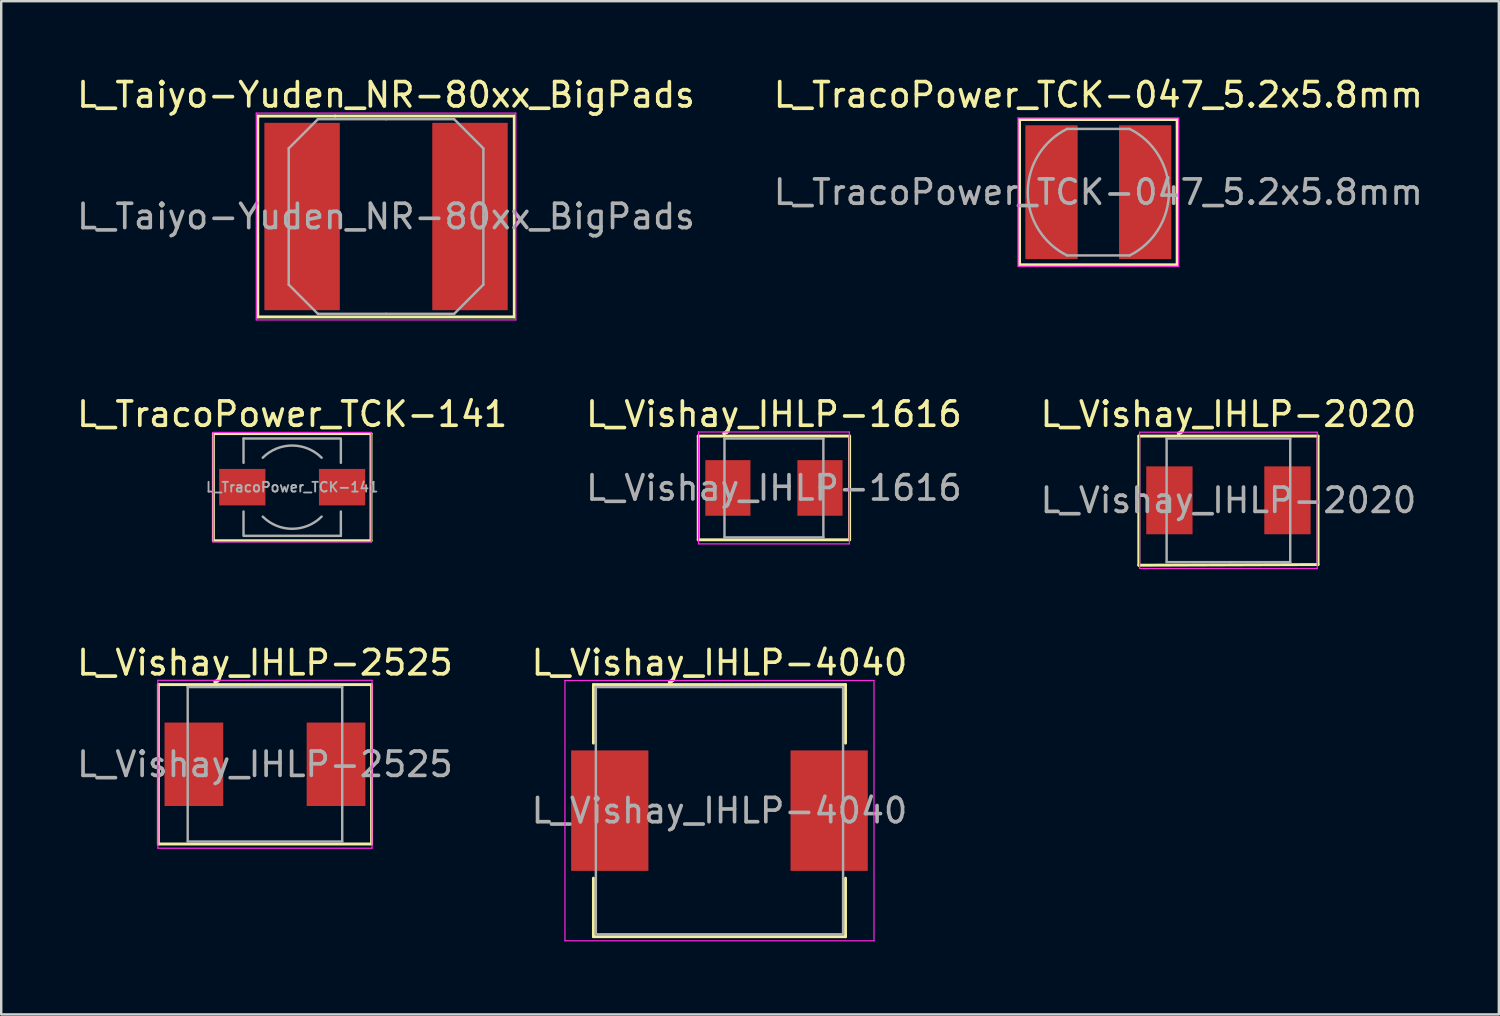
<source format=kicad_pcb>
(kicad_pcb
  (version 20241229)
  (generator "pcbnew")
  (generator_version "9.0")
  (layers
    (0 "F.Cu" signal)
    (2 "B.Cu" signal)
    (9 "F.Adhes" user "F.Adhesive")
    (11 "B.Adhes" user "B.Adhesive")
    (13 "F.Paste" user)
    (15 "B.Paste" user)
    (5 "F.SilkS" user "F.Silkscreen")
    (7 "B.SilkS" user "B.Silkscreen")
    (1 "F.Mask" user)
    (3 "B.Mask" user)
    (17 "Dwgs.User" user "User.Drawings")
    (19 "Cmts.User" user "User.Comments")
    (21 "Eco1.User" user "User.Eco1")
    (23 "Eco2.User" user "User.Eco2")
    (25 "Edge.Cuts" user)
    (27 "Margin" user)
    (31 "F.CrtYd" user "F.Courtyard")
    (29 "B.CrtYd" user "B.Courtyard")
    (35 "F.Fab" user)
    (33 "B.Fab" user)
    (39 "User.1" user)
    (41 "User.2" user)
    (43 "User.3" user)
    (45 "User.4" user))
  (footprint "L_Vishay_IHLP-2020"
    (layer "F.Cu")
    (at 47.435 17.512)
    (property "Reference" "L_Vishay_IHLP-2020" (at 0 -3.54 0) (layer "F.SilkS") (effects (font (size 1 1) (thickness 0.15))))
    (attr smd)
    (fp_line (start -3.683 -2.64) (end -3.683 2.667) (stroke (width 0.12) (type solid)) (layer "F.SilkS"))
    (fp_line (start -3.683 -2.64) (end 3.683 -2.64) (stroke (width 0.12) (type solid)) (layer "F.SilkS"))
    (fp_line (start -3.683 2.667) (end 3.683 2.64) (stroke (width 0.12) (type solid)) (layer "F.SilkS"))
    (fp_line (start 3.683 -2.64) (end 3.683 2.64) (stroke (width 0.12) (type solid)) (layer "F.SilkS"))
    (fp_line (start -3.65 -2.8) (end -3.65 2.8) (stroke (width 0.05) (type solid)) (layer "F.CrtYd"))
    (fp_line (start -3.65 2.8) (end 3.65 2.8) (stroke (width 0.05) (type solid)) (layer "F.CrtYd"))
    (fp_line (start 3.65 -2.8) (end -3.65 -2.8) (stroke (width 0.05) (type solid)) (layer "F.CrtYd"))
    (fp_line (start 3.65 2.8) (end 3.65 -2.8) (stroke (width 0.05) (type solid)) (layer "F.CrtYd"))
    (fp_line (start -2.54 -2.54) (end -2.54 2.54) (stroke (width 0.1) (type solid)) (layer "F.Fab"))
    (fp_line (start -2.54 2.54) (end 2.54 2.54) (stroke (width 0.1) (type solid)) (layer "F.Fab"))
    (fp_line (start 2.54 -2.54) (end -2.54 -2.54) (stroke (width 0.1) (type solid)) (layer "F.Fab"))
    (fp_line (start 2.54 2.54) (end 2.54 -2.54) (stroke (width 0.1) (type solid)) (layer "F.Fab"))
    (fp_text user "${REFERENCE}" (at 0 0 0) (layer "F.Fab") (effects (font (size 1 1) (thickness 0.15))))
    (pad "1" smd rect (at -2.426 0) (size 1.903 2.79) (layers "F.Cu" "F.Mask" "F.Paste"))
    (pad "2" smd rect (at 2.426 0) (size 1.903 2.79) (layers "F.Cu" "F.Mask" "F.Paste")))
  (footprint "L_TracoPower_TCK-141"
    (layer "F.Cu")
    (at 8.958 16.971)
    (property "Reference" "L_TracoPower_TCK-141" (at 0 -3 0) (layer "F.SilkS") (effects (font (size 1 1) (thickness 0.15))))
    (attr smd)
    (fp_line (start -3.239 -2.2) (end -3.239 2.2) (stroke (width 0.12) (type solid)) (layer "F.SilkS"))
    (fp_line (start -3.239 -2.2) (end 3.239 -2.2) (stroke (width 0.12) (type solid)) (layer "F.SilkS"))
    (fp_line (start 3.239 -2.2) (end 3.239 2.2) (stroke (width 0.12) (type solid)) (layer "F.SilkS"))
    (fp_line (start 3.239 2.2) (end -3.239 2.2) (stroke (width 0.12) (type solid)) (layer "F.SilkS"))
    (fp_line (start -3.25 -2.25) (end -3.25 2.25) (stroke (width 0.05) (type solid)) (layer "F.CrtYd"))
    (fp_line (start -3.25 -2.25) (end 3.25 -2.25) (stroke (width 0.05) (type solid)) (layer "F.CrtYd"))
    (fp_line (start -3.25 2.25) (end 3.25 2.25) (stroke (width 0.05) (type solid)) (layer "F.CrtYd"))
    (fp_line (start 3.25 2.25) (end 3.25 -2.25) (stroke (width 0.05) (type solid)) (layer "F.CrtYd"))
    (fp_line (start -2 -2) (end -2 -1) (stroke (width 0.1) (type solid)) (layer "F.Fab"))
    (fp_line (start -2 -2) (end 2 -2) (stroke (width 0.1) (type solid)) (layer "F.Fab"))
    (fp_line (start -2 1.95) (end -2 1) (stroke (width 0.1) (type solid)) (layer "F.Fab"))
    (fp_line (start -2 2) (end 2 2) (stroke (width 0.1) (type solid)) (layer "F.Fab"))
    (fp_line (start 2 -1.95) (end 2 -1) (stroke (width 0.1) (type solid)) (layer "F.Fab"))
    (fp_line (start 2 2) (end 2 1) (stroke (width 0.1) (type solid)) (layer "F.Fab"))
    (fp_arc (start -1.21 -1.21) (mid 0 -1.711198) (end 1.21 -1.21) (stroke (width 0.1) (type solid)) (layer "F.Fab"))
    (fp_arc (start 1.21 1.21) (mid 0 1.711198) (end -1.21 1.21) (stroke (width 0.1) (type solid)) (layer "F.Fab"))
    (fp_text user "${REFERENCE}" (at 0 0 0) (layer "F.Fab") (effects (font (size 0.4 0.4) (thickness 0.075))))
    (pad "1" smd rect (at -2.05 0) (size 1.9 1.5) (layers "F.Cu" "F.Mask" "F.Paste"))
    (pad "2" smd rect (at 2.05 0) (size 1.9 1.5) (layers "F.Cu" "F.Mask" "F.Paste")))
  (footprint "L_TracoPower_TCK-047_5.2x5.8mm"
    (layer "F.Cu")
    (at 42.089 4.848)
    (property "Reference" "L_TracoPower_TCK-047_5.2x5.8mm" (at 0 -4 0) (layer "F.SilkS") (effects (font (size 1 1) (thickness 0.15))))
    (attr smd)
    (fp_line (start -3.239 -2.985) (end 3.239 -2.985) (stroke (width 0.12) (type solid)) (layer "F.SilkS"))
    (fp_line (start -3.239 2.985) (end -3.239 -2.985) (stroke (width 0.12) (type solid)) (layer "F.SilkS"))
    (fp_line (start 3.239 -2.985) (end 3.239 2.985) (stroke (width 0.12) (type solid)) (layer "F.SilkS"))
    (fp_line (start 3.239 2.985) (end -3.239 2.985) (stroke (width 0.12) (type solid)) (layer "F.SilkS"))
    (fp_line (start -3.302 -3.048) (end -3.302 3.048) (stroke (width 0.05) (type solid)) (layer "F.CrtYd"))
    (fp_line (start -3.302 -3.048) (end 3.302 -3.048) (stroke (width 0.05) (type solid)) (layer "F.CrtYd"))
    (fp_line (start 3.302 3.048) (end -3.302 3.048) (stroke (width 0.05) (type solid)) (layer "F.CrtYd"))
    (fp_line (start 3.302 3.048) (end 3.302 -3.048) (stroke (width 0.05) (type solid)) (layer "F.CrtYd"))
    (fp_line (start -1.285 -2.6) (end 1.285 -2.6) (stroke (width 0.1) (type solid)) (layer "F.Fab"))
    (fp_line (start -1.285 2.6) (end 1.285 2.6) (stroke (width 0.1) (type solid)) (layer "F.Fab"))
    (fp_arc (start -1.285 2.599999) (mid -2.90021 0) (end -1.284999 -2.599999) (stroke (width 0.1) (type solid)) (layer "F.Fab"))
    (fp_arc (start 1.285 -2.599999) (mid 2.90021 0) (end 1.284999 2.599999) (stroke (width 0.1) (type solid)) (layer "F.Fab"))
    (fp_text user "${REFERENCE}" (at 0 0 0) (layer "F.Fab") (effects (font (size 1 1) (thickness 0.15))))
    (pad "1" smd rect (at -1.925 0 90) (size 5.5 2.15) (layers "F.Cu" "F.Mask" "F.Paste"))
    (pad "2" smd rect (at 1.925 0 90) (size 5.5 2.15) (layers "F.Cu" "F.Mask" "F.Paste")))
  (footprint "L_Vishay_IHLP-4040"
    (layer "F.Cu")
    (at 26.518 30.265)
    (property "Reference" "L_Vishay_IHLP-4040" (at 0 -6.08 0) (layer "F.SilkS") (effects (font (size 1 1) (thickness 0.15))))
    (attr smd)
    (fp_line (start -5.18 -5.18) (end 5.18 -5.18) (stroke (width 0.12) (type solid)) (layer "F.SilkS"))
    (fp_line (start -5.18 -2.775) (end -5.18 -5.18) (stroke (width 0.12) (type solid)) (layer "F.SilkS"))
    (fp_line (start -5.18 2.775) (end -5.18 5.18) (stroke (width 0.12) (type solid)) (layer "F.SilkS"))
    (fp_line (start -5.18 5.18) (end 5.18 5.18) (stroke (width 0.12) (type solid)) (layer "F.SilkS"))
    (fp_line (start 5.18 -5.18) (end 5.18 -2.775) (stroke (width 0.12) (type solid)) (layer "F.SilkS"))
    (fp_line (start 5.18 5.18) (end 5.18 2.775) (stroke (width 0.12) (type solid)) (layer "F.SilkS"))
    (fp_line (start -6.35 -5.35) (end -6.35 5.35) (stroke (width 0.05) (type solid)) (layer "F.CrtYd"))
    (fp_line (start -6.35 5.35) (end 6.35 5.35) (stroke (width 0.05) (type solid)) (layer "F.CrtYd"))
    (fp_line (start 6.35 -5.35) (end -6.35 -5.35) (stroke (width 0.05) (type solid)) (layer "F.CrtYd"))
    (fp_line (start 6.35 5.35) (end 6.35 -5.35) (stroke (width 0.05) (type solid)) (layer "F.CrtYd"))
    (fp_line (start -5.08 -5.08) (end -5.08 5.08) (stroke (width 0.1) (type solid)) (layer "F.Fab"))
    (fp_line (start -5.08 5.08) (end 5.08 5.08) (stroke (width 0.1) (type solid)) (layer "F.Fab"))
    (fp_line (start 5.08 -5.08) (end -5.08 -5.08) (stroke (width 0.1) (type solid)) (layer "F.Fab"))
    (fp_line (start 5.08 5.08) (end 5.08 -5.08) (stroke (width 0.1) (type solid)) (layer "F.Fab"))
    (fp_text user "${REFERENCE}" (at 0 0 0) (layer "F.Fab") (effects (font (size 1 1) (thickness 0.15))))
    (pad "1" smd rect (at -4.508 0) (size 3.175 4.95) (layers "F.Cu" "F.Mask" "F.Paste"))
    (pad "2" smd rect (at 4.508 0) (size 3.175 4.95) (layers "F.Cu" "F.Mask" "F.Paste")))
  (footprint "L_Taiyo-Yuden_NR-80xx_BigPads"
    (layer "F.Cu")
    (at 12.815 5.848)
    (property "Reference" "L_Taiyo-Yuden_NR-80xx_BigPads" (at 0 -5 0) (layer "F.SilkS") (effects (font (size 1 1) (thickness 0.15))))
    (attr smd)
    (fp_line (start -5.271 -4.128) (end -5.271 4.128) (stroke (width 0.12) (type solid)) (layer "F.SilkS"))
    (fp_line (start -5.271 4.128) (end 5.271 4.128) (stroke (width 0.12) (type solid)) (layer "F.SilkS"))
    (fp_line (start -2.095 -4.128) (end -5.271 -4.128) (stroke (width 0.12) (type solid)) (layer "F.SilkS"))
    (fp_line (start 5.271 -4.128) (end -2.095 -4.128) (stroke (width 0.12) (type solid)) (layer "F.SilkS"))
    (fp_line (start 5.271 4.128) (end 5.271 -4.128) (stroke (width 0.12) (type solid)) (layer "F.SilkS"))
    (fp_line (start -5.334 -4.25) (end -5.334 4.25) (stroke (width 0.05) (type solid)) (layer "F.CrtYd"))
    (fp_line (start -5.334 4.25) (end 5.334 4.25) (stroke (width 0.05) (type solid)) (layer "F.CrtYd"))
    (fp_line (start 5.334 -4.25) (end -5.334 -4.25) (stroke (width 0.05) (type solid)) (layer "F.CrtYd"))
    (fp_line (start 5.334 4.25) (end 5.334 -4.25) (stroke (width 0.05) (type solid)) (layer "F.CrtYd"))
    (fp_line (start -4 -2.8) (end -2.8 -4) (stroke (width 0.1) (type solid)) (layer "F.Fab"))
    (fp_line (start -4 0) (end -4 -2.8) (stroke (width 0.1) (type solid)) (layer "F.Fab"))
    (fp_line (start -4 0) (end -4 2.8) (stroke (width 0.1) (type solid)) (layer "F.Fab"))
    (fp_line (start -4 2.8) (end -2.8 4) (stroke (width 0.1) (type solid)) (layer "F.Fab"))
    (fp_line (start -2.8 -4) (end 0 -4) (stroke (width 0.1) (type solid)) (layer "F.Fab"))
    (fp_line (start -2.8 4) (end 0 4) (stroke (width 0.1) (type solid)) (layer "F.Fab"))
    (fp_line (start 2.8 -4) (end 0 -4) (stroke (width 0.1) (type solid)) (layer "F.Fab"))
    (fp_line (start 2.8 4) (end 0 4) (stroke (width 0.1) (type solid)) (layer "F.Fab"))
    (fp_line (start 4 -2.8) (end 2.8 -4) (stroke (width 0.1) (type solid)) (layer "F.Fab"))
    (fp_line (start 4 0) (end 4 -2.8) (stroke (width 0.1) (type solid)) (layer "F.Fab"))
    (fp_line (start 4 0) (end 4 2.8) (stroke (width 0.1) (type solid)) (layer "F.Fab"))
    (fp_line (start 4 2.8) (end 2.8 4) (stroke (width 0.1) (type solid)) (layer "F.Fab"))
    (fp_text user "${REFERENCE}" (at 0 0 0) (layer "F.Fab") (effects (font (size 1 1) (thickness 0.15))))
    (pad "1" smd rect (at -3.45 0) (size 3.1 7.7) (layers "F.Cu" "F.Mask" "F.Paste"))
    (pad "2" smd rect (at 3.45 0) (size 3.1 7.7) (layers "F.Cu" "F.Mask" "F.Paste")))
  (footprint "L_Vishay_IHLP-1616"
    (layer "F.Cu")
    (at 28.756 17.003)
    (property "Reference" "L_Vishay_IHLP-1616" (at 0 -3.032 0) (layer "F.SilkS") (effects (font (size 1 1) (thickness 0.15))))
    (attr smd)
    (fp_line (start -3.111 -2.132) (end -3.111 2.132) (stroke (width 0.12) (type solid)) (layer "F.SilkS"))
    (fp_line (start -3.111 -2.132) (end 3.111 -2.132) (stroke (width 0.12) (type solid)) (layer "F.SilkS"))
    (fp_line (start -3.111 2.132) (end 3.111 2.132) (stroke (width 0.12) (type solid)) (layer "F.SilkS"))
    (fp_line (start 3.111 2.132) (end 3.111 -2.132) (stroke (width 0.12) (type solid)) (layer "F.SilkS"))
    (fp_line (start -3.1 -2.3) (end -3.1 2.3) (stroke (width 0.05) (type solid)) (layer "F.CrtYd"))
    (fp_line (start -3.1 2.3) (end 3.1 2.3) (stroke (width 0.05) (type solid)) (layer "F.CrtYd"))
    (fp_line (start 3.1 -2.3) (end -3.1 -2.3) (stroke (width 0.05) (type solid)) (layer "F.CrtYd"))
    (fp_line (start 3.1 2.3) (end 3.1 -2.3) (stroke (width 0.05) (type solid)) (layer "F.CrtYd"))
    (fp_line (start -2.032 -2.032) (end -2.032 2.032) (stroke (width 0.1) (type solid)) (layer "F.Fab"))
    (fp_line (start -2.032 2.032) (end 2.032 2.032) (stroke (width 0.1) (type solid)) (layer "F.Fab"))
    (fp_line (start 2.032 -2.032) (end -2.032 -2.032) (stroke (width 0.1) (type solid)) (layer "F.Fab"))
    (fp_line (start 2.032 2.032) (end 2.032 -2.032) (stroke (width 0.1) (type solid)) (layer "F.Fab"))
    (fp_text user "${REFERENCE}" (at 0 0 0) (layer "F.Fab") (effects (font (size 1 1) (thickness 0.15))))
    (pad "1" smd rect (at -1.892 0) (size 1.855 2.286) (layers "F.Cu" "F.Mask" "F.Paste"))
    (pad "2" smd rect (at 1.892 0) (size 1.855 2.286) (layers "F.Cu" "F.Mask" "F.Paste")))
  (footprint "L_Vishay_IHLP-2525"
    (layer "F.Cu")
    (at 7.839 28.36)
    (property "Reference" "L_Vishay_IHLP-2525" (at 0 -4.175 0) (layer "F.SilkS") (effects (font (size 1 1) (thickness 0.15))))
    (attr smd)
    (fp_line (start -4.381 -3.275) (end -4.381 3.275) (stroke (width 0.12) (type solid)) (layer "F.SilkS"))
    (fp_line (start -4.381 -3.275) (end 4.381 -3.275) (stroke (width 0.12) (type solid)) (layer "F.SilkS"))
    (fp_line (start -4.381 3.275) (end 4.381 3.275) (stroke (width 0.12) (type solid)) (layer "F.SilkS"))
    (fp_line (start 4.381 3.275) (end 4.381 -3.275) (stroke (width 0.12) (type solid)) (layer "F.SilkS"))
    (fp_line (start -4.4 -3.45) (end -4.4 3.45) (stroke (width 0.05) (type solid)) (layer "F.CrtYd"))
    (fp_line (start -4.4 3.45) (end 4.4 3.45) (stroke (width 0.05) (type solid)) (layer "F.CrtYd"))
    (fp_line (start 4.4 -3.45) (end -4.4 -3.45) (stroke (width 0.05) (type solid)) (layer "F.CrtYd"))
    (fp_line (start 4.4 3.45) (end 4.4 -3.45) (stroke (width 0.05) (type solid)) (layer "F.CrtYd"))
    (fp_line (start -3.175 -3.175) (end -3.175 3.175) (stroke (width 0.1) (type solid)) (layer "F.Fab"))
    (fp_line (start -3.175 3.175) (end 3.175 3.175) (stroke (width 0.1) (type solid)) (layer "F.Fab"))
    (fp_line (start 3.175 -3.175) (end -3.175 -3.175) (stroke (width 0.1) (type solid)) (layer "F.Fab"))
    (fp_line (start 3.175 3.175) (end 3.175 -3.175) (stroke (width 0.1) (type solid)) (layer "F.Fab"))
    (fp_text user "${REFERENCE}" (at 0 0 0) (layer "F.Fab") (effects (font (size 1 1) (thickness 0.15))))
    (pad "1" smd rect (at -2.921 0) (size 2.413 3.429) (layers "F.Cu" "F.Mask" "F.Paste"))
    (pad "2" smd rect (at 2.921 0) (size 2.413 3.429) (layers "F.Cu" "F.Mask" "F.Paste")))
  (gr_rect
    (start -3 -3)
    (end 58.548 38.64)
    (stroke (width 0.1) (type default))
    (fill no)
    (layer "Edge.Cuts")))
</source>
